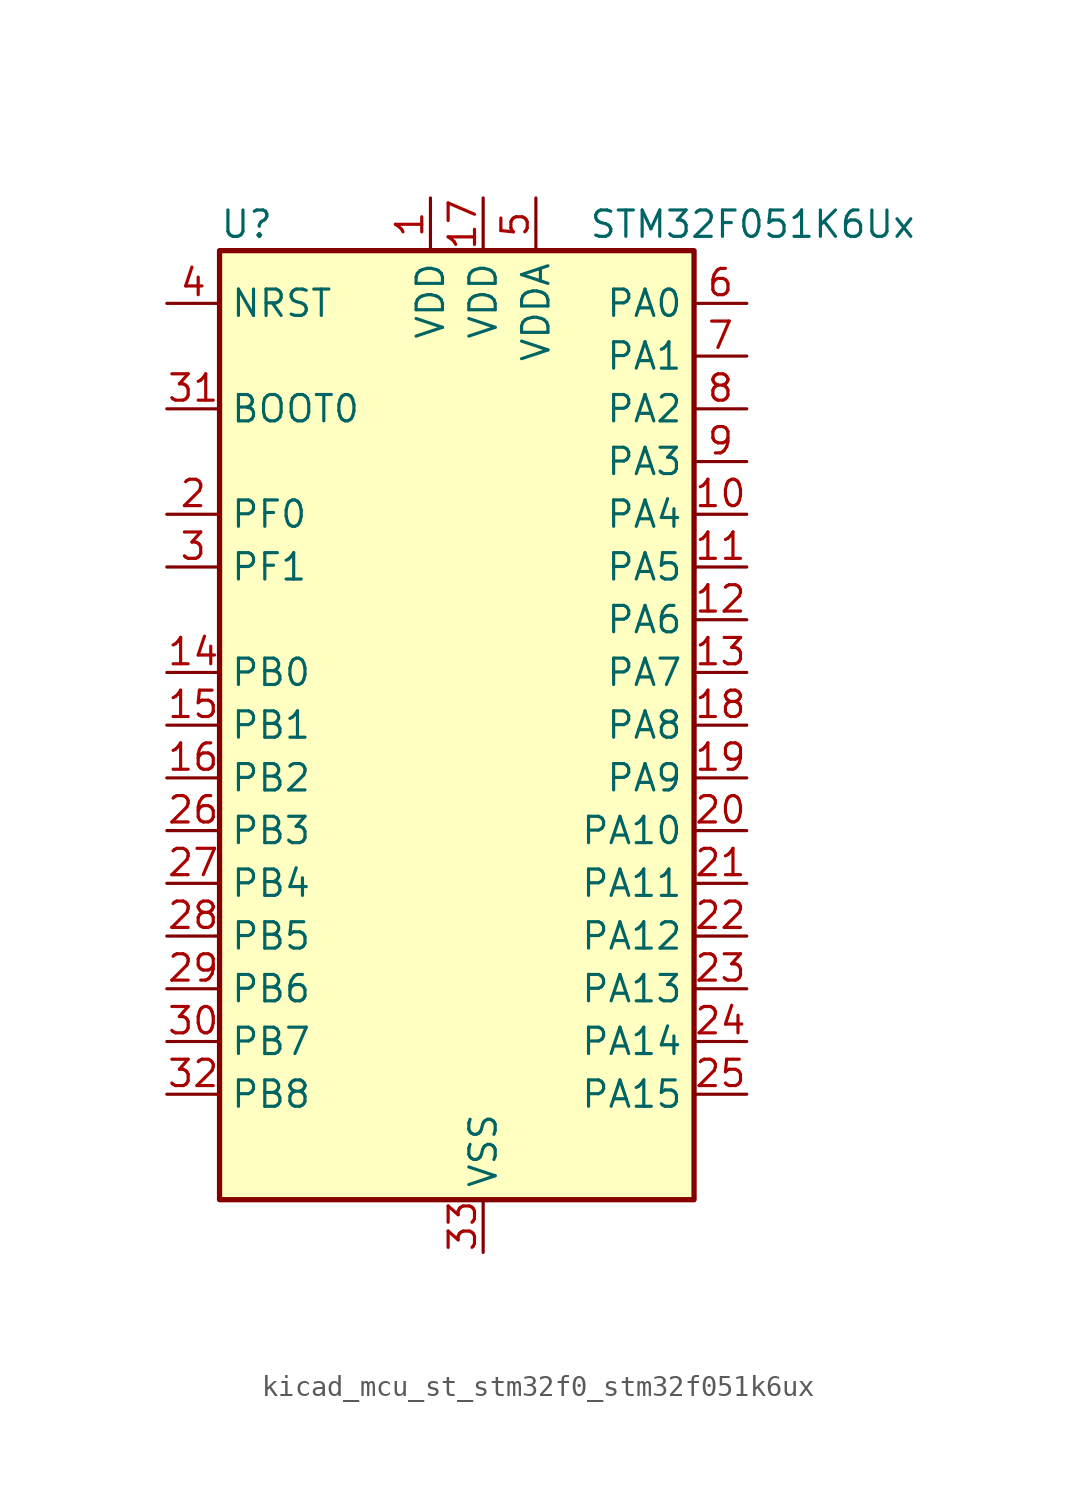
<source format=kicad_sym>
(kicad_symbol_lib
  (version 20220914)
  (generator kicad_symbol_editor)
  (symbol "kicad_mcu_st_stm32f0_stm32f051k6ux"
    (property "Reference" "U"
      (at -10.16 24.13 0)
      (effects (font (size 1.27 1.27)) (justify left)))
    (property "Value" "STM32F051K6Ux"
      (at 7.62 24.13 0)
      (effects (font (size 1.27 1.27)) (justify left)))
    (property "ki_locked" ""
      (at 0 0 0)
      (effects (font (size 1.27 1.27))))
    (symbol "kicad_mcu_st_stm32f0_stm32f051k6ux_0_1"
      (rectangle (start -10.16 -22.86) (end 12.7 22.86) (stroke (width 0.254) (type default)) (fill (type background))))
    (symbol "kicad_mcu_st_stm32f0_stm32f051k6ux_1_1"
      (pin power_in line (at 0 25.4 270) (length 2.54) (name "VDD" (effects (font (size 1.27 1.27)))) (number "1" (effects (font (size 1.27 1.27)))))
      (pin bidirectional line (at 15.24 10.16 180) (length 2.54) (name "PA4" (effects (font (size 1.27 1.27)))) (number "10" (effects (font (size 1.27 1.27)))) (alternate "ADC_IN4" bidirectional line) (alternate "COMP1_INM" bidirectional line) (alternate "COMP2_INM" bidirectional line) (alternate "DAC1_OUT1" bidirectional line) (alternate "I2S1_WS" bidirectional line) (alternate "SPI1_NSS" bidirectional line) (alternate "TIM14_CH1" bidirectional line) (alternate "TSC_G2_IO1" bidirectional line) (alternate "USART2_CK" bidirectional line))
      (pin bidirectional line (at 15.24 7.62 180) (length 2.54) (name "PA5" (effects (font (size 1.27 1.27)))) (number "11" (effects (font (size 1.27 1.27)))) (alternate "ADC_IN5" bidirectional line) (alternate "CEC" bidirectional line) (alternate "COMP1_INM" bidirectional line) (alternate "COMP2_INM" bidirectional line) (alternate "I2S1_CK" bidirectional line) (alternate "SPI1_SCK" bidirectional line) (alternate "TIM2_CH1" bidirectional line) (alternate "TIM2_ETR" bidirectional line) (alternate "TSC_G2_IO2" bidirectional line))
      (pin bidirectional line (at 15.24 5.08 180) (length 2.54) (name "PA6" (effects (font (size 1.27 1.27)))) (number "12" (effects (font (size 1.27 1.27)))) (alternate "ADC_IN6" bidirectional line) (alternate "COMP1_OUT" bidirectional line) (alternate "I2S1_MCK" bidirectional line) (alternate "SPI1_MISO" bidirectional line) (alternate "TIM16_CH1" bidirectional line) (alternate "TIM1_BKIN" bidirectional line) (alternate "TIM3_CH1" bidirectional line) (alternate "TSC_G2_IO3" bidirectional line))
      (pin bidirectional line (at 15.24 2.54 180) (length 2.54) (name "PA7" (effects (font (size 1.27 1.27)))) (number "13" (effects (font (size 1.27 1.27)))) (alternate "ADC_IN7" bidirectional line) (alternate "COMP2_OUT" bidirectional line) (alternate "I2S1_SD" bidirectional line) (alternate "SPI1_MOSI" bidirectional line) (alternate "TIM14_CH1" bidirectional line) (alternate "TIM17_CH1" bidirectional line) (alternate "TIM1_CH1N" bidirectional line) (alternate "TIM3_CH2" bidirectional line) (alternate "TSC_G2_IO4" bidirectional line))
      (pin bidirectional line (at -12.7 2.54 0) (length 2.54) (name "PB0" (effects (font (size 1.27 1.27)))) (number "14" (effects (font (size 1.27 1.27)))) (alternate "ADC_IN8" bidirectional line) (alternate "TIM1_CH2N" bidirectional line) (alternate "TIM3_CH3" bidirectional line) (alternate "TSC_G3_IO2" bidirectional line))
      (pin bidirectional line (at -12.7 0 0) (length 2.54) (name "PB1" (effects (font (size 1.27 1.27)))) (number "15" (effects (font (size 1.27 1.27)))) (alternate "ADC_IN9" bidirectional line) (alternate "TIM14_CH1" bidirectional line) (alternate "TIM1_CH3N" bidirectional line) (alternate "TIM3_CH4" bidirectional line) (alternate "TSC_G3_IO3" bidirectional line))
      (pin bidirectional line (at -12.7 -2.54 0) (length 2.54) (name "PB2" (effects (font (size 1.27 1.27)))) (number "16" (effects (font (size 1.27 1.27)))) (alternate "TSC_G3_IO4" bidirectional line))
      (pin power_in line (at 2.54 25.4 270) (length 2.54) (name "VDD" (effects (font (size 1.27 1.27)))) (number "17" (effects (font (size 1.27 1.27)))))
      (pin bidirectional line (at 15.24 0 180) (length 2.54) (name "PA8" (effects (font (size 1.27 1.27)))) (number "18" (effects (font (size 1.27 1.27)))) (alternate "RCC_MCO" bidirectional line) (alternate "TIM1_CH1" bidirectional line) (alternate "USART1_CK" bidirectional line))
      (pin bidirectional line (at 15.24 -2.54 180) (length 2.54) (name "PA9" (effects (font (size 1.27 1.27)))) (number "19" (effects (font (size 1.27 1.27)))) (alternate "DAC1_EXTI9" bidirectional line) (alternate "TIM15_BKIN" bidirectional line) (alternate "TIM1_CH2" bidirectional line) (alternate "TSC_G4_IO1" bidirectional line) (alternate "USART1_TX" bidirectional line))
      (pin bidirectional line (at -12.7 10.16 0) (length 2.54) (name "PF0" (effects (font (size 1.27 1.27)))) (number "2" (effects (font (size 1.27 1.27)))) (alternate "RCC_OSC_IN" bidirectional line))
      (pin bidirectional line (at 15.24 -5.08 180) (length 2.54) (name "PA10" (effects (font (size 1.27 1.27)))) (number "20" (effects (font (size 1.27 1.27)))) (alternate "TIM17_BKIN" bidirectional line) (alternate "TIM1_CH3" bidirectional line) (alternate "TSC_G4_IO2" bidirectional line) (alternate "USART1_RX" bidirectional line))
      (pin bidirectional line (at 15.24 -7.62 180) (length 2.54) (name "PA11" (effects (font (size 1.27 1.27)))) (number "21" (effects (font (size 1.27 1.27)))) (alternate "COMP1_OUT" bidirectional line) (alternate "TIM1_CH4" bidirectional line) (alternate "TSC_G4_IO3" bidirectional line) (alternate "USART1_CTS" bidirectional line))
      (pin bidirectional line (at 15.24 -10.16 180) (length 2.54) (name "PA12" (effects (font (size 1.27 1.27)))) (number "22" (effects (font (size 1.27 1.27)))) (alternate "COMP2_OUT" bidirectional line) (alternate "TIM1_ETR" bidirectional line) (alternate "TSC_G4_IO4" bidirectional line) (alternate "USART1_DE" bidirectional line) (alternate "USART1_RTS" bidirectional line))
      (pin bidirectional line (at 15.24 -12.7 180) (length 2.54) (name "PA13" (effects (font (size 1.27 1.27)))) (number "23" (effects (font (size 1.27 1.27)))) (alternate "IR_OUT" bidirectional line) (alternate "SYS_SWDIO" bidirectional line))
      (pin bidirectional line (at 15.24 -15.24 180) (length 2.54) (name "PA14" (effects (font (size 1.27 1.27)))) (number "24" (effects (font (size 1.27 1.27)))) (alternate "SYS_SWCLK" bidirectional line) (alternate "USART2_TX" bidirectional line))
      (pin bidirectional line (at 15.24 -17.78 180) (length 2.54) (name "PA15" (effects (font (size 1.27 1.27)))) (number "25" (effects (font (size 1.27 1.27)))) (alternate "I2S1_WS" bidirectional line) (alternate "SPI1_NSS" bidirectional line) (alternate "TIM2_CH1" bidirectional line) (alternate "TIM2_ETR" bidirectional line) (alternate "USART2_RX" bidirectional line))
      (pin bidirectional line (at -12.7 -5.08 0) (length 2.54) (name "PB3" (effects (font (size 1.27 1.27)))) (number "26" (effects (font (size 1.27 1.27)))) (alternate "I2S1_CK" bidirectional line) (alternate "SPI1_SCK" bidirectional line) (alternate "TIM2_CH2" bidirectional line) (alternate "TSC_G5_IO1" bidirectional line))
      (pin bidirectional line (at -12.7 -7.62 0) (length 2.54) (name "PB4" (effects (font (size 1.27 1.27)))) (number "27" (effects (font (size 1.27 1.27)))) (alternate "I2S1_MCK" bidirectional line) (alternate "SPI1_MISO" bidirectional line) (alternate "TIM3_CH1" bidirectional line) (alternate "TSC_G5_IO2" bidirectional line))
      (pin bidirectional line (at -12.7 -10.16 0) (length 2.54) (name "PB5" (effects (font (size 1.27 1.27)))) (number "28" (effects (font (size 1.27 1.27)))) (alternate "I2C1_SMBA" bidirectional line) (alternate "I2S1_SD" bidirectional line) (alternate "SPI1_MOSI" bidirectional line) (alternate "TIM16_BKIN" bidirectional line) (alternate "TIM3_CH2" bidirectional line))
      (pin bidirectional line (at -12.7 -12.7 0) (length 2.54) (name "PB6" (effects (font (size 1.27 1.27)))) (number "29" (effects (font (size 1.27 1.27)))) (alternate "I2C1_SCL" bidirectional line) (alternate "TIM16_CH1N" bidirectional line) (alternate "TSC_G5_IO3" bidirectional line) (alternate "USART1_TX" bidirectional line))
      (pin bidirectional line (at -12.7 7.62 0) (length 2.54) (name "PF1" (effects (font (size 1.27 1.27)))) (number "3" (effects (font (size 1.27 1.27)))) (alternate "RCC_OSC_OUT" bidirectional line))
      (pin bidirectional line (at -12.7 -15.24 0) (length 2.54) (name "PB7" (effects (font (size 1.27 1.27)))) (number "30" (effects (font (size 1.27 1.27)))) (alternate "I2C1_SDA" bidirectional line) (alternate "TIM17_CH1N" bidirectional line) (alternate "TSC_G5_IO4" bidirectional line) (alternate "USART1_RX" bidirectional line))
      (pin input line (at -12.7 15.24 0) (length 2.54) (name "BOOT0" (effects (font (size 1.27 1.27)))) (number "31" (effects (font (size 1.27 1.27)))))
      (pin bidirectional line (at -12.7 -17.78 0) (length 2.54) (name "PB8" (effects (font (size 1.27 1.27)))) (number "32" (effects (font (size 1.27 1.27)))) (alternate "CEC" bidirectional line) (alternate "I2C1_SCL" bidirectional line) (alternate "TIM16_CH1" bidirectional line) (alternate "TSC_SYNC" bidirectional line))
      (pin power_in line (at 2.54 -25.4 90) (length 2.54) (name "VSS" (effects (font (size 1.27 1.27)))) (number "33" (effects (font (size 1.27 1.27)))))
      (pin input line (at -12.7 20.32 0) (length 2.54) (name "NRST" (effects (font (size 1.27 1.27)))) (number "4" (effects (font (size 1.27 1.27)))))
      (pin power_in line (at 5.08 25.4 270) (length 2.54) (name "VDDA" (effects (font (size 1.27 1.27)))) (number "5" (effects (font (size 1.27 1.27)))))
      (pin bidirectional line (at 15.24 20.32 180) (length 2.54) (name "PA0" (effects (font (size 1.27 1.27)))) (number "6" (effects (font (size 1.27 1.27)))) (alternate "ADC_IN0" bidirectional line) (alternate "COMP1_INM" bidirectional line) (alternate "COMP1_OUT" bidirectional line) (alternate "RTC_TAMP2" bidirectional line) (alternate "SYS_WKUP1" bidirectional line) (alternate "TIM2_CH1" bidirectional line) (alternate "TIM2_ETR" bidirectional line) (alternate "TSC_G1_IO1" bidirectional line) (alternate "USART2_CTS" bidirectional line))
      (pin bidirectional line (at 15.24 17.78 180) (length 2.54) (name "PA1" (effects (font (size 1.27 1.27)))) (number "7" (effects (font (size 1.27 1.27)))) (alternate "ADC_IN1" bidirectional line) (alternate "COMP1_INP" bidirectional line) (alternate "TIM2_CH2" bidirectional line) (alternate "TSC_G1_IO2" bidirectional line) (alternate "USART2_DE" bidirectional line) (alternate "USART2_RTS" bidirectional line))
      (pin bidirectional line (at 15.24 15.24 180) (length 2.54) (name "PA2" (effects (font (size 1.27 1.27)))) (number "8" (effects (font (size 1.27 1.27)))) (alternate "ADC_IN2" bidirectional line) (alternate "COMP2_INM" bidirectional line) (alternate "COMP2_OUT" bidirectional line) (alternate "TIM15_CH1" bidirectional line) (alternate "TIM2_CH3" bidirectional line) (alternate "TSC_G1_IO3" bidirectional line) (alternate "USART2_TX" bidirectional line))
      (pin bidirectional line (at 15.24 12.7 180) (length 2.54) (name "PA3" (effects (font (size 1.27 1.27)))) (number "9" (effects (font (size 1.27 1.27)))) (alternate "ADC_IN3" bidirectional line) (alternate "COMP2_INP" bidirectional line) (alternate "TIM15_CH2" bidirectional line) (alternate "TIM2_CH4" bidirectional line) (alternate "TSC_G1_IO4" bidirectional line) (alternate "USART2_RX" bidirectional line)))))
</source>
